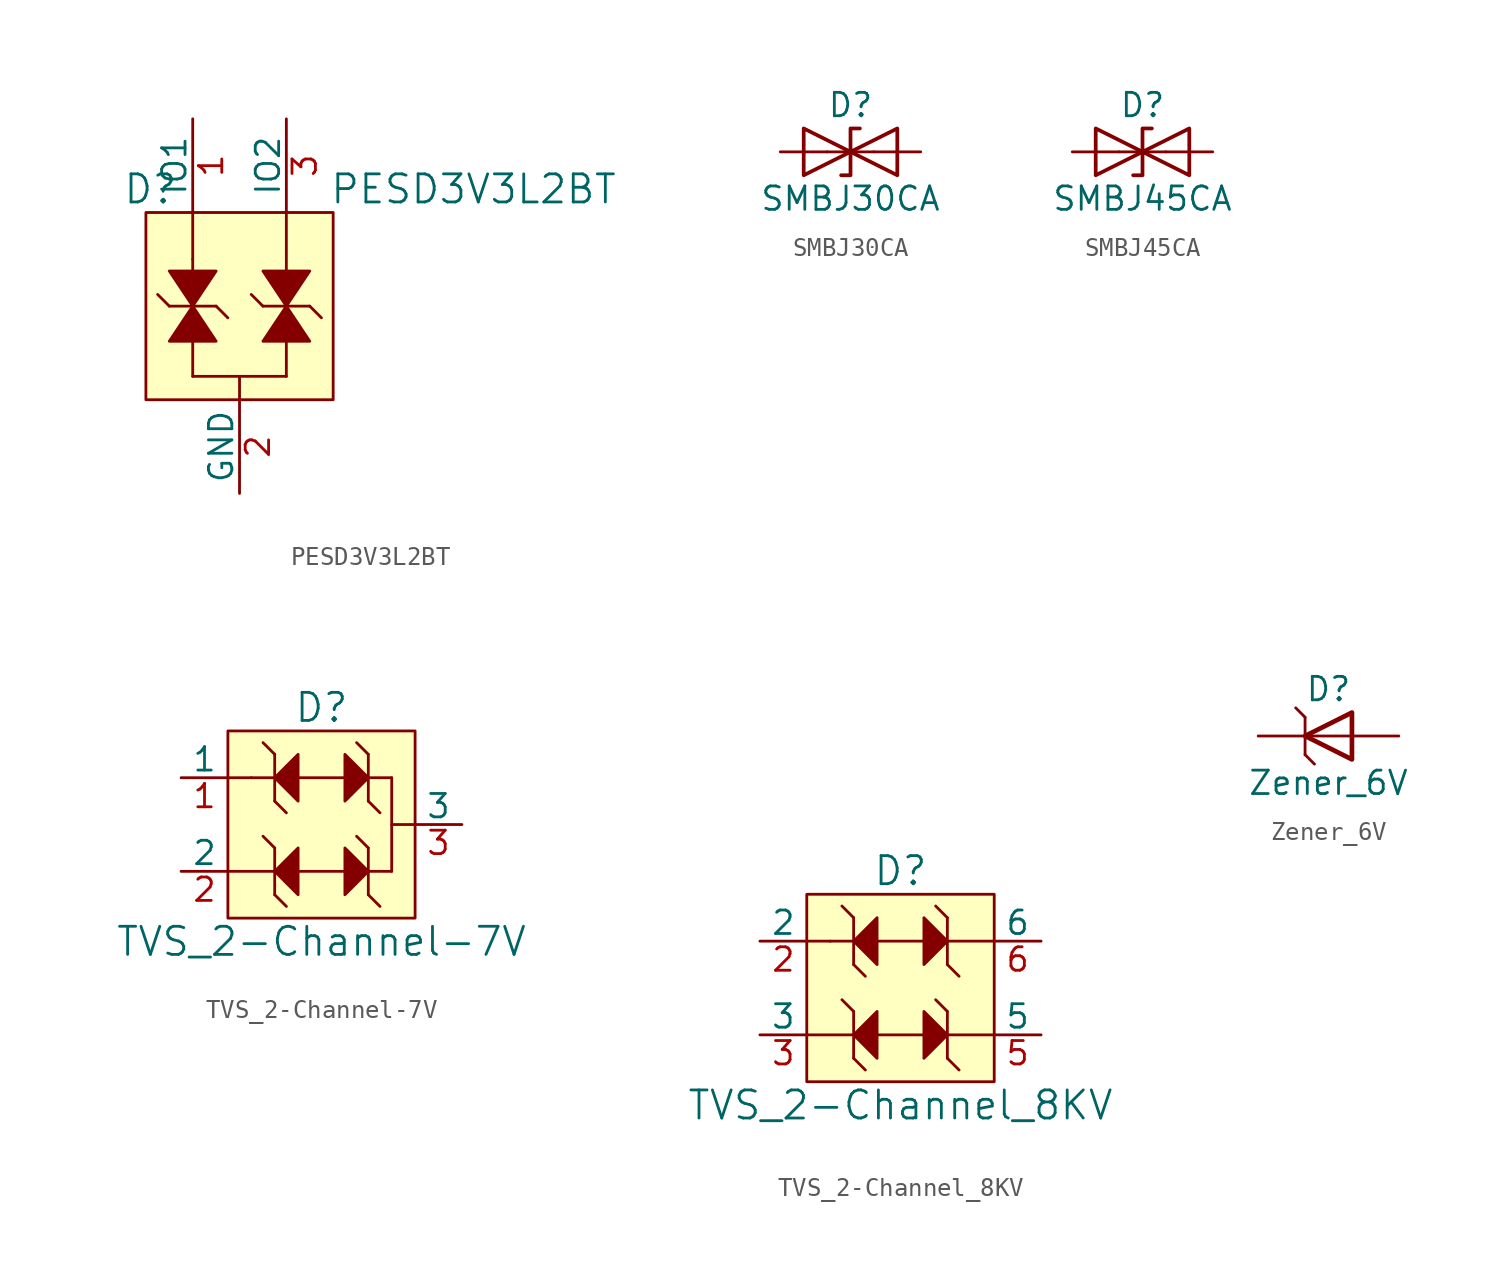
<source format=kicad_sym>
(kicad_symbol_lib
  (version 20220914)
  (generator kicad_symbol_editor)
  (symbol "PESD3V3L2BT"
    (pin_names
      (offset 0))
    (property "Reference" "D"
      (at -11.43 6.35 0)
      (effects (font (size 1.524 1.524)) (justify left)))
    (property "Value" "PESD3V3L2BT"
      (at 7.62 6.35 0)
      (effects (font (size 1.524 1.524))))
    (symbol "PESD3V3L2BT_0_1"
      (rectangle (start -10.16 5.08) (end 0 -5.08) (stroke (width 0) (type solid)) (fill (type background)))
      (polyline (pts (xy -9.525 0.635) (xy -8.89 0)) (stroke (width 0) (type solid)) (fill (type none)))
      (polyline (pts (xy -7.62 -1.905) (xy -7.62 -3.81)) (stroke (width 0) (type solid)) (fill (type none)))
      (polyline (pts (xy -7.62 1.27) (xy -7.62 2.54)) (stroke (width 0) (type solid)) (fill (type none)))
      (polyline (pts (xy -7.62 5.08) (xy -7.62 2.54)) (stroke (width 0) (type solid)) (fill (type none)))
      (polyline (pts (xy -5.715 -0.635) (xy -6.35 0)) (stroke (width 0) (type solid)) (fill (type none)))
      (polyline (pts (xy -5.08 -5.08) (xy -5.08 -3.81)) (stroke (width 0) (type solid)) (fill (type none)))
      (polyline (pts (xy -5.08 -3.81) (xy -7.62 -3.81)) (stroke (width 0) (type solid)) (fill (type none)))
      (polyline (pts (xy -5.08 -3.81) (xy -2.54 -3.81)) (stroke (width 0) (type solid)) (fill (type none)))
      (polyline (pts (xy -2.54 -1.905) (xy -2.54 -3.81)) (stroke (width 0) (type solid)) (fill (type none)))
      (polyline (pts (xy -2.54 5.08) (xy -2.54 1.905)) (stroke (width 0) (type solid)) (fill (type none))))
    (symbol "PESD3V3L2BT_1_1"
      (polyline (pts (xy -8.89 0) (xy -6.35 0)) (stroke (width 0) (type solid)) (fill (type none)))
      (polyline (pts (xy -4.445 0.635) (xy -3.81 0)) (stroke (width 0) (type solid)) (fill (type none)))
      (polyline (pts (xy -3.81 0) (xy -1.27 0)) (stroke (width 0) (type solid)) (fill (type none)))
      (polyline (pts (xy -0.635 -0.635) (xy -1.27 0)) (stroke (width 0) (type solid)) (fill (type none)))
      (polyline (pts (xy -8.89 -1.905) (xy -6.35 -1.905) (xy -7.62 0) (xy -8.89 -1.905)) (stroke (width 0) (type solid)) (fill (type outline)))
      (polyline (pts (xy -6.35 1.905) (xy -8.89 1.905) (xy -7.62 0) (xy -6.35 1.905)) (stroke (width 0) (type solid)) (fill (type outline)))
      (polyline (pts (xy -3.81 -1.905) (xy -1.27 -1.905) (xy -2.54 0) (xy -3.81 -1.905)) (stroke (width 0) (type solid)) (fill (type outline)))
      (polyline (pts (xy -1.27 1.905) (xy -3.81 1.905) (xy -2.54 0) (xy -1.27 1.905)) (stroke (width 0) (type solid)) (fill (type outline)))
      (pin bidirectional line (at -7.62 10.16 270) (length 5.08) (name "IO1" (effects (font (size 1.27 1.27)))) (number "1" (effects (font (size 1.27 1.27)))))
      (pin power_in line (at -5.08 -10.16 90) (length 5.08) (name "GND" (effects (font (size 1.27 1.27)))) (number "2" (effects (font (size 1.27 1.27)))))
      (pin bidirectional line (at -2.54 10.16 270) (length 5.08) (name "IO2" (effects (font (size 1.27 1.27)))) (number "3" (effects (font (size 1.27 1.27)))))))
  (symbol "SMBJ30CA"
    (pin_numbers hide)
    (pin_names hide)
    (property "Reference" "D"
      (at 0 2.54 0)
      (effects (font (size 1.27 1.27))))
    (property "Value" "SMBJ30CA"
      (at 0 -2.54 0)
      (effects (font (size 1.27 1.27))))
    (symbol "SMBJ30CA_1_1"
      (polyline (pts (xy 1.27 0) (xy -1.27 0)) (stroke (width 0) (type solid)) (fill (type none)))
      (polyline (pts (xy -2.54 -1.27) (xy 0 0) (xy -2.54 1.27) (xy -2.54 -1.27)) (stroke (width 0.203) (type solid)) (fill (type none)))
      (polyline (pts (xy 0.508 1.27) (xy 0 1.27) (xy 0 -1.27) (xy -0.508 -1.27)) (stroke (width 0.203) (type solid)) (fill (type none)))
      (polyline (pts (xy 2.54 1.27) (xy 2.54 -1.27) (xy 0 0) (xy 2.54 1.27)) (stroke (width 0.203) (type solid)) (fill (type none)))
      (pin passive line (at -3.81 0 0) (length 2.54) (name "A1" (effects (font (size 1.27 1.27)))) (number "1" (effects (font (size 1.27 1.27)))))
      (pin passive line (at 3.81 0 180) (length 2.54) (name "A2" (effects (font (size 1.27 1.27)))) (number "2" (effects (font (size 1.27 1.27)))))))
  (symbol "SMBJ45CA"
    (pin_numbers hide)
    (pin_names hide)
    (property "Reference" "D"
      (at 0 2.54 0)
      (effects (font (size 1.27 1.27))))
    (property "Value" "SMBJ45CA"
      (at 0 -2.54 0)
      (effects (font (size 1.27 1.27))))
    (symbol "SMBJ45CA_1_1"
      (polyline (pts (xy 1.27 0) (xy -1.27 0)) (stroke (width 0) (type solid)) (fill (type none)))
      (polyline (pts (xy -2.54 -1.27) (xy 0 0) (xy -2.54 1.27) (xy -2.54 -1.27)) (stroke (width 0.203) (type solid)) (fill (type none)))
      (polyline (pts (xy 0.508 1.27) (xy 0 1.27) (xy 0 -1.27) (xy -0.508 -1.27)) (stroke (width 0.203) (type solid)) (fill (type none)))
      (polyline (pts (xy 2.54 1.27) (xy 2.54 -1.27) (xy 0 0) (xy 2.54 1.27)) (stroke (width 0.203) (type solid)) (fill (type none)))
      (pin passive line (at -3.81 0 0) (length 2.54) (name "A1" (effects (font (size 1.27 1.27)))) (number "1" (effects (font (size 1.27 1.27)))))
      (pin passive line (at 3.81 0 180) (length 2.54) (name "A2" (effects (font (size 1.27 1.27)))) (number "2" (effects (font (size 1.27 1.27)))))))
  (symbol "TVS_2-Channel-7V"
    (pin_names
      (offset 0))
    (property "Reference" "D"
      (at 0 6.35 0)
      (effects (font (size 1.524 1.524))))
    (property "Value" "TVS_2-Channel-7V"
      (at 0 -6.35 0)
      (effects (font (size 1.524 1.524))))
    (symbol "TVS_2-Channel-7V_0_1"
      (rectangle (start -5.08 5.08) (end 5.08 -5.08) (stroke (width 0) (type solid)) (fill (type background)))
      (polyline (pts (xy -3.81 2.54) (xy -5.08 2.54)) (stroke (width 0) (type solid)) (fill (type none)))
      (polyline (pts (xy -2.54 -2.54) (xy -5.08 -2.54)) (stroke (width 0) (type solid)) (fill (type none)))
      (polyline (pts (xy -2.54 1.27) (xy -1.905 0.635)) (stroke (width 0) (type solid)) (fill (type none)))
      (polyline (pts (xy -2.54 2.54) (xy -3.81 2.54)) (stroke (width 0) (type solid)) (fill (type none)))
      (polyline (pts (xy -2.54 3.81) (xy -3.175 4.445)) (stroke (width 0) (type solid)) (fill (type none)))
      (polyline (pts (xy -2.54 3.81) (xy -2.54 1.27)) (stroke (width 0) (type solid)) (fill (type none)))
      (polyline (pts (xy -1.27 2.54) (xy 1.27 2.54)) (stroke (width 0) (type solid)) (fill (type none)))
      (polyline (pts (xy 1.27 -2.54) (xy 3.81 -2.54)) (stroke (width 0) (type solid)) (fill (type none)))
      (polyline (pts (xy 1.27 2.54) (xy 3.81 2.54)) (stroke (width 0) (type solid)) (fill (type none)))
      (polyline (pts (xy 3.81 2.54) (xy 3.81 -2.54)) (stroke (width 0) (type solid)) (fill (type none)))
      (polyline (pts (xy 5.08 0) (xy 3.81 0)) (stroke (width 0) (type solid)) (fill (type none)))
      (polyline (pts (xy -2.54 2.54) (xy -1.27 3.81) (xy -1.27 1.27) (xy -2.54 2.54)) (stroke (width 0) (type solid)) (fill (type outline))))
    (symbol "TVS_2-Channel-7V_1_1"
      (polyline (pts (xy -2.54 -3.81) (xy -1.905 -4.445)) (stroke (width 0) (type solid)) (fill (type none)))
      (polyline (pts (xy -2.54 -1.27) (xy -3.175 -0.635)) (stroke (width 0) (type solid)) (fill (type none)))
      (polyline (pts (xy -2.54 -1.27) (xy -2.54 -3.81)) (stroke (width 0) (type solid)) (fill (type none)))
      (polyline (pts (xy -1.27 -2.54) (xy 1.27 -2.54)) (stroke (width 0) (type solid)) (fill (type none)))
      (polyline (pts (xy 2.54 -3.81) (xy 2.54 -1.27)) (stroke (width 0) (type solid)) (fill (type none)))
      (polyline (pts (xy 2.54 -3.81) (xy 3.175 -4.445)) (stroke (width 0) (type solid)) (fill (type none)))
      (polyline (pts (xy 2.54 -1.27) (xy 1.905 -0.635)) (stroke (width 0) (type solid)) (fill (type none)))
      (polyline (pts (xy 2.54 1.27) (xy 2.54 3.81)) (stroke (width 0) (type solid)) (fill (type none)))
      (polyline (pts (xy 2.54 1.27) (xy 3.175 0.635)) (stroke (width 0) (type solid)) (fill (type none)))
      (polyline (pts (xy 2.54 3.81) (xy 1.905 4.445)) (stroke (width 0) (type solid)) (fill (type none)))
      (polyline (pts (xy -2.54 -2.54) (xy -1.27 -1.27) (xy -1.27 -3.81) (xy -2.54 -2.54)) (stroke (width 0) (type solid)) (fill (type outline)))
      (polyline (pts (xy 2.54 -2.54) (xy 1.27 -3.81) (xy 1.27 -1.27) (xy 2.54 -2.54)) (stroke (width 0) (type solid)) (fill (type outline)))
      (polyline (pts (xy 2.54 2.54) (xy 1.27 1.27) (xy 1.27 3.81) (xy 2.54 2.54)) (stroke (width 0) (type solid)) (fill (type outline)))
      (pin passive line (at -7.62 2.54 0) (length 2.54) (name "1" (effects (font (size 1.27 1.27)))) (number "1" (effects (font (size 1.27 1.27)))))
      (pin passive line (at -7.62 -2.54 0) (length 2.54) (name "2" (effects (font (size 1.27 1.27)))) (number "2" (effects (font (size 1.27 1.27)))))
      (pin passive line (at 7.62 0 180) (length 2.54) (name "3" (effects (font (size 1.27 1.27)))) (number "3" (effects (font (size 1.27 1.27)))))))
  (symbol "TVS_2-Channel_8KV"
    (pin_names
      (offset 0))
    (property "Reference" "D"
      (at 0 6.35 0)
      (effects (font (size 1.524 1.524))))
    (property "Value" "TVS_2-Channel_8KV"
      (at 0 -6.35 0)
      (effects (font (size 1.524 1.524))))
    (symbol "TVS_2-Channel_8KV_0_1"
      (rectangle (start -5.08 5.08) (end 5.08 -5.08) (stroke (width 0) (type solid)) (fill (type background)))
      (polyline (pts (xy -3.81 2.54) (xy -5.08 2.54)) (stroke (width 0) (type solid)) (fill (type none)))
      (polyline (pts (xy -2.54 -2.54) (xy -5.08 -2.54)) (stroke (width 0) (type solid)) (fill (type none)))
      (polyline (pts (xy -2.54 1.27) (xy -1.905 0.635)) (stroke (width 0) (type solid)) (fill (type none)))
      (polyline (pts (xy -2.54 2.54) (xy -3.81 2.54)) (stroke (width 0) (type solid)) (fill (type none)))
      (polyline (pts (xy -2.54 3.81) (xy -3.175 4.445)) (stroke (width 0) (type solid)) (fill (type none)))
      (polyline (pts (xy -2.54 3.81) (xy -2.54 1.27)) (stroke (width 0) (type solid)) (fill (type none)))
      (polyline (pts (xy -1.27 2.54) (xy 1.27 2.54)) (stroke (width 0) (type solid)) (fill (type none)))
      (polyline (pts (xy 2.54 -2.54) (xy 5.08 -2.54)) (stroke (width 0) (type solid)) (fill (type none)))
      (polyline (pts (xy 2.54 2.54) (xy 5.08 2.54)) (stroke (width 0) (type solid)) (fill (type none)))
      (polyline (pts (xy -2.54 2.54) (xy -1.27 3.81) (xy -1.27 1.27) (xy -2.54 2.54)) (stroke (width 0) (type solid)) (fill (type outline))))
    (symbol "TVS_2-Channel_8KV_1_1"
      (polyline (pts (xy -2.54 -3.81) (xy -1.905 -4.445)) (stroke (width 0) (type solid)) (fill (type none)))
      (polyline (pts (xy -2.54 -1.27) (xy -3.175 -0.635)) (stroke (width 0) (type solid)) (fill (type none)))
      (polyline (pts (xy -2.54 -1.27) (xy -2.54 -3.81)) (stroke (width 0) (type solid)) (fill (type none)))
      (polyline (pts (xy -1.27 -2.54) (xy 1.27 -2.54)) (stroke (width 0) (type solid)) (fill (type none)))
      (polyline (pts (xy 2.54 -3.81) (xy 2.54 -1.27)) (stroke (width 0) (type solid)) (fill (type none)))
      (polyline (pts (xy 2.54 -3.81) (xy 3.175 -4.445)) (stroke (width 0) (type solid)) (fill (type none)))
      (polyline (pts (xy 2.54 -1.27) (xy 1.905 -0.635)) (stroke (width 0) (type solid)) (fill (type none)))
      (polyline (pts (xy 2.54 1.27) (xy 2.54 3.81)) (stroke (width 0) (type solid)) (fill (type none)))
      (polyline (pts (xy 2.54 1.27) (xy 3.175 0.635)) (stroke (width 0) (type solid)) (fill (type none)))
      (polyline (pts (xy 2.54 3.81) (xy 1.905 4.445)) (stroke (width 0) (type solid)) (fill (type none)))
      (polyline (pts (xy -2.54 -2.54) (xy -1.27 -1.27) (xy -1.27 -3.81) (xy -2.54 -2.54)) (stroke (width 0) (type solid)) (fill (type outline)))
      (polyline (pts (xy 2.54 -2.54) (xy 1.27 -3.81) (xy 1.27 -1.27) (xy 2.54 -2.54)) (stroke (width 0) (type solid)) (fill (type outline)))
      (polyline (pts (xy 2.54 2.54) (xy 1.27 1.27) (xy 1.27 3.81) (xy 2.54 2.54)) (stroke (width 0) (type solid)) (fill (type outline)))
      (pin passive line (at 3.81 15.24 0) (length 2.54) hide (name "Input" (effects (font (size 1.27 1.27)))) (number "1" (effects (font (size 1.27 1.27)))))
      (pin passive line (at -7.62 2.54 0) (length 2.54) (name "2" (effects (font (size 1.27 1.27)))) (number "2" (effects (font (size 1.27 1.27)))))
      (pin passive line (at -7.62 -2.54 0) (length 2.54) (name "3" (effects (font (size 1.27 1.27)))) (number "3" (effects (font (size 1.27 1.27)))))
      (pin passive line (at 6.35 11.43 180) (length 2.54) hide (name "4" (effects (font (size 1.27 1.27)))) (number "4" (effects (font (size 1.27 1.27)))))
      (pin passive line (at 7.62 -2.54 180) (length 2.54) (name "5" (effects (font (size 1.27 1.27)))) (number "5" (effects (font (size 1.27 1.27)))))
      (pin passive line (at 7.62 2.54 180) (length 2.54) (name "6" (effects (font (size 1.27 1.27)))) (number "6" (effects (font (size 1.27 1.27)))))))
  (symbol "Zener_6V"
    (pin_numbers hide)
    (pin_names
      (offset 1.016) hide)
    (property "Reference" "D"
      (at 0 2.54 0)
      (effects (font (size 1.27 1.27))))
    (property "Value" "Zener_6V"
      (at 0 -2.54 0)
      (effects (font (size 1.27 1.27))))
    (symbol "Zener_6V_0_1"
      (polyline (pts (xy -1.27 -1.016) (xy -0.762 -1.524)) (stroke (width 0) (type solid)) (fill (type none)))
      (polyline (pts (xy -1.27 0) (xy -1.27 1.016)) (stroke (width 0) (type solid)) (fill (type none)))
      (polyline (pts (xy -1.27 1.016) (xy -1.778 1.524)) (stroke (width 0) (type solid)) (fill (type none)))
      (polyline (pts (xy 1.27 0) (xy -1.27 0)) (stroke (width 0) (type solid)) (fill (type none)))
      (polyline (pts (xy -1.27 0) (xy -1.27 -0.762) (xy -1.27 -1.016)) (stroke (width 0) (type solid)) (fill (type none)))
      (polyline (pts (xy 1.27 1.27) (xy 1.27 -1.27) (xy -1.27 0) (xy 1.27 1.27)) (stroke (width 0.254) (type solid)) (fill (type none))))
    (symbol "Zener_6V_1_1"
      (pin passive line (at -3.81 0 0) (length 2.54) (name "K" (effects (font (size 1.27 1.27)))) (number "1" (effects (font (size 1.27 1.27)))))
      (pin passive line (at 3.81 0 180) (length 2.54) (name "A" (effects (font (size 1.27 1.27)))) (number "2" (effects (font (size 1.27 1.27))))))))
</source>
